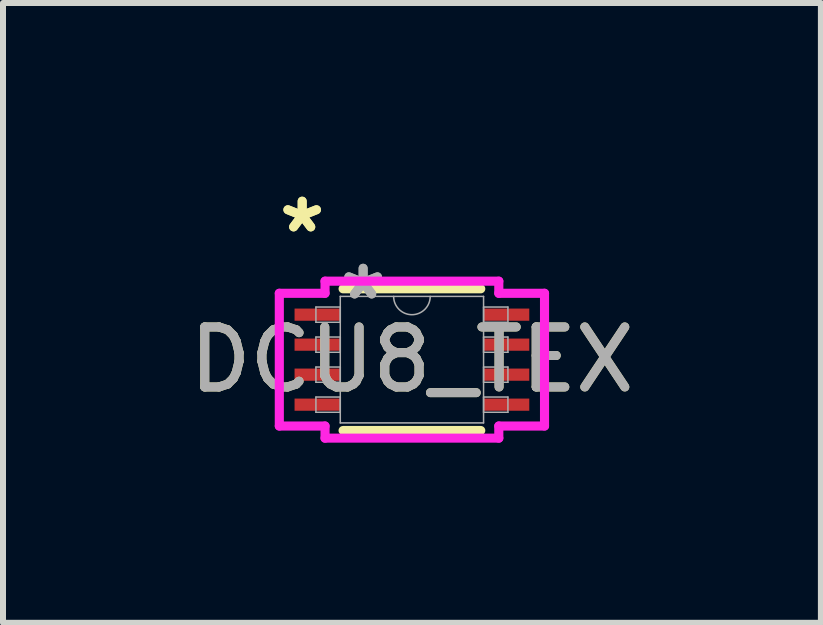
<source format=kicad_pcb>
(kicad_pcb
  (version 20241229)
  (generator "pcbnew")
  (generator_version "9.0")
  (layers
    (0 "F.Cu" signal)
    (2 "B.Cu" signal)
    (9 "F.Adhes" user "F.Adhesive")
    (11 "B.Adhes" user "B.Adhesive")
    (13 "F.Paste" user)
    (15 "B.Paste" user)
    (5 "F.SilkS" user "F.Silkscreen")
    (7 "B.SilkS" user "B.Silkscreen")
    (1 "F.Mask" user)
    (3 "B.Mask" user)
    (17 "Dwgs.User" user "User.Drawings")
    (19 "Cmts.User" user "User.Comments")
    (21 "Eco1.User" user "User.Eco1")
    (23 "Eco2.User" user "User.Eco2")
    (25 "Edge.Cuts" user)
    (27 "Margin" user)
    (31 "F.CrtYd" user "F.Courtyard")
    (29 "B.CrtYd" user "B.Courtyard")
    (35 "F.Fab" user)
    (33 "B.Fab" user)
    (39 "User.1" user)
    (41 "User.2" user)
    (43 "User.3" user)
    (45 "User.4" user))
  (footprint "DCU8_TEX"
    (layer "F.Cu")
    (at 3.815 2.944)
    (property "Reference" "DCU8_TEX" (at 0 0 0) (unlocked yes) (layer "F.SilkS") (effects (font (size 1 1) (thickness 0.15))))
    (attr smd)
    (fp_line (start -1.147 1.181) (end 1.147 1.181) (stroke (width 0.152) (type solid)) (layer "F.SilkS"))
    (fp_line (start 1.147 -1.181) (end -1.147 -1.181) (stroke (width 0.152) (type solid)) (layer "F.SilkS"))
    (fp_line (start -2.21 -1.106) (end -1.448 -1.106) (stroke (width 0.152) (type solid)) (layer "F.CrtYd"))
    (fp_line (start -2.21 1.106) (end -2.21 -1.106) (stroke (width 0.152) (type solid)) (layer "F.CrtYd"))
    (fp_line (start -2.21 1.106) (end -1.448 1.106) (stroke (width 0.152) (type solid)) (layer "F.CrtYd"))
    (fp_line (start -1.448 -1.308) (end 1.448 -1.308) (stroke (width 0.152) (type solid)) (layer "F.CrtYd"))
    (fp_line (start -1.448 -1.106) (end -1.448 -1.308) (stroke (width 0.152) (type solid)) (layer "F.CrtYd"))
    (fp_line (start -1.448 1.308) (end -1.448 1.106) (stroke (width 0.152) (type solid)) (layer "F.CrtYd"))
    (fp_line (start 1.448 -1.308) (end 1.448 -1.106) (stroke (width 0.152) (type solid)) (layer "F.CrtYd"))
    (fp_line (start 1.448 1.106) (end 1.448 1.308) (stroke (width 0.152) (type solid)) (layer "F.CrtYd"))
    (fp_line (start 1.448 1.308) (end -1.448 1.308) (stroke (width 0.152) (type solid)) (layer "F.CrtYd"))
    (fp_line (start 2.21 -1.106) (end 1.448 -1.106) (stroke (width 0.152) (type solid)) (layer "F.CrtYd"))
    (fp_line (start 2.21 -1.106) (end 2.21 1.106) (stroke (width 0.152) (type solid)) (layer "F.CrtYd"))
    (fp_line (start 2.21 1.106) (end 1.448 1.106) (stroke (width 0.152) (type solid)) (layer "F.CrtYd"))
    (fp_line (start -1.6 -0.877) (end -1.6 -0.623) (stroke (width 0.025) (type solid)) (layer "F.Fab"))
    (fp_line (start -1.6 -0.623) (end -1.194 -0.623) (stroke (width 0.025) (type solid)) (layer "F.Fab"))
    (fp_line (start -1.6 -0.377) (end -1.6 -0.123) (stroke (width 0.025) (type solid)) (layer "F.Fab"))
    (fp_line (start -1.6 -0.123) (end -1.194 -0.123) (stroke (width 0.025) (type solid)) (layer "F.Fab"))
    (fp_line (start -1.6 0.123) (end -1.6 0.377) (stroke (width 0.025) (type solid)) (layer "F.Fab"))
    (fp_line (start -1.6 0.377) (end -1.194 0.377) (stroke (width 0.025) (type solid)) (layer "F.Fab"))
    (fp_line (start -1.6 0.623) (end -1.6 0.877) (stroke (width 0.025) (type solid)) (layer "F.Fab"))
    (fp_line (start -1.6 0.877) (end -1.194 0.877) (stroke (width 0.025) (type solid)) (layer "F.Fab"))
    (fp_line (start -1.194 -1.054) (end -1.194 1.054) (stroke (width 0.025) (type solid)) (layer "F.Fab"))
    (fp_line (start -1.194 -0.877) (end -1.6 -0.877) (stroke (width 0.025) (type solid)) (layer "F.Fab"))
    (fp_line (start -1.194 -0.623) (end -1.194 -0.877) (stroke (width 0.025) (type solid)) (layer "F.Fab"))
    (fp_line (start -1.194 -0.377) (end -1.6 -0.377) (stroke (width 0.025) (type solid)) (layer "F.Fab"))
    (fp_line (start -1.194 -0.123) (end -1.194 -0.377) (stroke (width 0.025) (type solid)) (layer "F.Fab"))
    (fp_line (start -1.194 0.123) (end -1.6 0.123) (stroke (width 0.025) (type solid)) (layer "F.Fab"))
    (fp_line (start -1.194 0.377) (end -1.194 0.123) (stroke (width 0.025) (type solid)) (layer "F.Fab"))
    (fp_line (start -1.194 0.623) (end -1.6 0.623) (stroke (width 0.025) (type solid)) (layer "F.Fab"))
    (fp_line (start -1.194 0.877) (end -1.194 0.623) (stroke (width 0.025) (type solid)) (layer "F.Fab"))
    (fp_line (start -1.194 1.054) (end 1.194 1.054) (stroke (width 0.025) (type solid)) (layer "F.Fab"))
    (fp_line (start 1.194 -1.054) (end -1.194 -1.054) (stroke (width 0.025) (type solid)) (layer "F.Fab"))
    (fp_line (start 1.194 -0.877) (end 1.194 -0.623) (stroke (width 0.025) (type solid)) (layer "F.Fab"))
    (fp_line (start 1.194 -0.623) (end 1.6 -0.623) (stroke (width 0.025) (type solid)) (layer "F.Fab"))
    (fp_line (start 1.194 -0.377) (end 1.194 -0.123) (stroke (width 0.025) (type solid)) (layer "F.Fab"))
    (fp_line (start 1.194 -0.123) (end 1.6 -0.123) (stroke (width 0.025) (type solid)) (layer "F.Fab"))
    (fp_line (start 1.194 0.123) (end 1.194 0.377) (stroke (width 0.025) (type solid)) (layer "F.Fab"))
    (fp_line (start 1.194 0.377) (end 1.6 0.377) (stroke (width 0.025) (type solid)) (layer "F.Fab"))
    (fp_line (start 1.194 0.623) (end 1.194 0.877) (stroke (width 0.025) (type solid)) (layer "F.Fab"))
    (fp_line (start 1.194 0.877) (end 1.6 0.877) (stroke (width 0.025) (type solid)) (layer "F.Fab"))
    (fp_line (start 1.194 1.054) (end 1.194 -1.054) (stroke (width 0.025) (type solid)) (layer "F.Fab"))
    (fp_line (start 1.6 -0.877) (end 1.194 -0.877) (stroke (width 0.025) (type solid)) (layer "F.Fab"))
    (fp_line (start 1.6 -0.623) (end 1.6 -0.877) (stroke (width 0.025) (type solid)) (layer "F.Fab"))
    (fp_line (start 1.6 -0.377) (end 1.194 -0.377) (stroke (width 0.025) (type solid)) (layer "F.Fab"))
    (fp_line (start 1.6 -0.123) (end 1.6 -0.377) (stroke (width 0.025) (type solid)) (layer "F.Fab"))
    (fp_line (start 1.6 0.123) (end 1.194 0.123) (stroke (width 0.025) (type solid)) (layer "F.Fab"))
    (fp_line (start 1.6 0.377) (end 1.6 0.123) (stroke (width 0.025) (type solid)) (layer "F.Fab"))
    (fp_line (start 1.6 0.623) (end 1.194 0.623) (stroke (width 0.025) (type solid)) (layer "F.Fab"))
    (fp_line (start 1.6 0.877) (end 1.6 0.623) (stroke (width 0.025) (type solid)) (layer "F.Fab"))
    (fp_arc (start 0.3048 -1.0541) (mid 0 -0.7493) (end -0.3048 -1.0541) (stroke (width 0.0254) (type solid)) (layer "F.Fab"))
    (fp_text user "*" (at -1.829 -2.096 0) (unlocked yes) (layer "F.SilkS") (effects (font (size 1 1) (thickness 0.15))))
    (fp_text user "*" (at -1.829 -2.096 0) (layer "F.SilkS") (effects (font (size 1 1) (thickness 0.15))))
    (fp_text user "*" (at -0.813 -0.978 0) (layer "F.Fab") (effects (font (size 1 1) (thickness 0.15))))
    (fp_text user "*" (at -0.813 -0.978 0) (unlocked yes) (layer "F.Fab") (effects (font (size 1 1) (thickness 0.15))))
    (fp_text user "${REFERENCE}" (at 0 0 0) (unlocked yes) (layer "F.Fab") (effects (font (size 1 1) (thickness 0.15))))
    (pad "1" smd rect (at -1.575 -0.75) (size 0.762 0.203) (layers "F.Cu" "F.Mask" "F.Paste"))
    (pad "2" smd rect (at -1.575 -0.25) (size 0.762 0.203) (layers "F.Cu" "F.Mask" "F.Paste"))
    (pad "3" smd rect (at -1.575 0.25) (size 0.762 0.203) (layers "F.Cu" "F.Mask" "F.Paste"))
    (pad "4" smd rect (at -1.575 0.75) (size 0.762 0.203) (layers "F.Cu" "F.Mask" "F.Paste"))
    (pad "5" smd rect (at 1.575 0.75) (size 0.762 0.203) (layers "F.Cu" "F.Mask" "F.Paste"))
    (pad "6" smd rect (at 1.575 0.25) (size 0.762 0.203) (layers "F.Cu" "F.Mask" "F.Paste"))
    (pad "7" smd rect (at 1.575 -0.25) (size 0.762 0.203) (layers "F.Cu" "F.Mask" "F.Paste"))
    (pad "8" smd rect (at 1.575 -0.75) (size 0.762 0.203) (layers "F.Cu" "F.Mask" "F.Paste")))
  (gr_rect
    (start -3 -3)
    (end 10.631 7.329)
    (stroke (width 0.1) (type default))
    (fill no)
    (layer "Edge.Cuts")))
</source>
